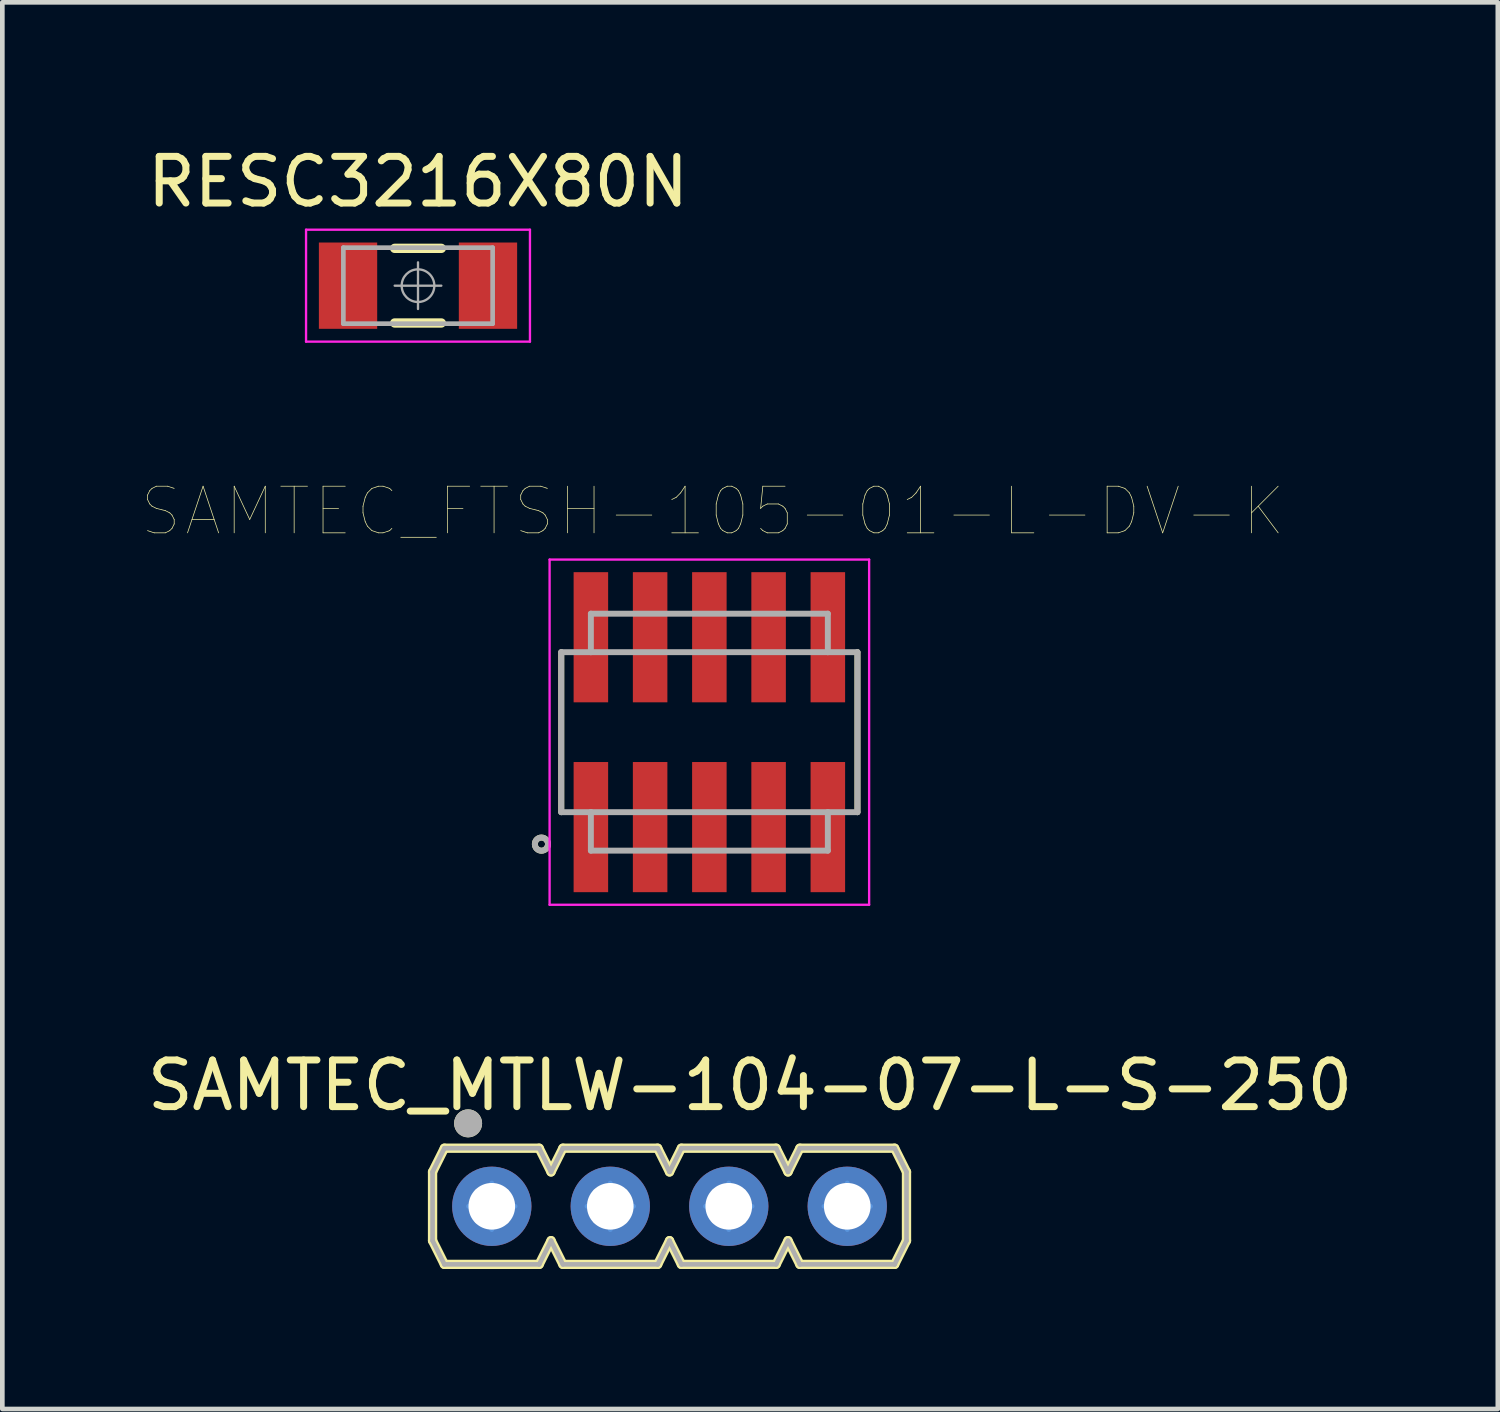
<source format=kicad_pcb>
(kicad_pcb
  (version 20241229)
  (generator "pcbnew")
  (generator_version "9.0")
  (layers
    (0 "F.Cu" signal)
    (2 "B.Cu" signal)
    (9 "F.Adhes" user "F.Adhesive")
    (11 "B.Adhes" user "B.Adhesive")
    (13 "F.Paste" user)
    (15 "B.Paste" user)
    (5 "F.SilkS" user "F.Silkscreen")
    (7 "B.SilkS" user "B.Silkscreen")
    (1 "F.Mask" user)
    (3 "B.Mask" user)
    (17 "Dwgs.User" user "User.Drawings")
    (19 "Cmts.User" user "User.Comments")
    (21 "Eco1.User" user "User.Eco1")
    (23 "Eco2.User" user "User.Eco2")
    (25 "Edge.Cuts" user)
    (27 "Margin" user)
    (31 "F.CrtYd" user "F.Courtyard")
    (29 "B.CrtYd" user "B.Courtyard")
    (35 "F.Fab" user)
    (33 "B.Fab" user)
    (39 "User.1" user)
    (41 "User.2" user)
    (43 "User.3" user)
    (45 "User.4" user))
  (footprint "SAMTEC_MTLW-104-07-L-S-250"
    (layer "F.Cu")
    (at 7.493 22.81)
    (property "Reference" "SAMTEC_MTLW-104-07-L-S-250" (at 5.537 -2.591 0) (layer "F.SilkS") (effects (font (size 1 1) (thickness 0.15))))
    (attr through_hole)
    (fp_line (start -1.27 -0.737) (end -1.016 -1.245) (stroke (width 0.2) (type solid)) (layer "F.SilkS"))
    (fp_line (start -1.27 0.737) (end -1.27 -0.737) (stroke (width 0.2) (type solid)) (layer "F.SilkS"))
    (fp_line (start -1.27 0.737) (end -1.016 1.245) (stroke (width 0.2) (type solid)) (layer "F.SilkS"))
    (fp_line (start -1.016 -1.245) (end 1.016 -1.245) (stroke (width 0.2) (type solid)) (layer "F.SilkS"))
    (fp_line (start -1.016 1.245) (end 1.016 1.245) (stroke (width 0.2) (type solid)) (layer "F.SilkS"))
    (fp_line (start 1.016 -1.245) (end 1.27 -0.737) (stroke (width 0.2) (type solid)) (layer "F.SilkS"))
    (fp_line (start 1.016 1.245) (end 1.27 0.737) (stroke (width 0.2) (type solid)) (layer "F.SilkS"))
    (fp_line (start 1.27 -0.737) (end 1.524 -1.245) (stroke (width 0.2) (type solid)) (layer "F.SilkS"))
    (fp_line (start 1.27 0.737) (end 1.524 1.245) (stroke (width 0.2) (type solid)) (layer "F.SilkS"))
    (fp_line (start 1.524 -1.245) (end 3.556 -1.245) (stroke (width 0.2) (type solid)) (layer "F.SilkS"))
    (fp_line (start 1.524 1.245) (end 3.556 1.245) (stroke (width 0.2) (type solid)) (layer "F.SilkS"))
    (fp_line (start 3.556 -1.245) (end 3.81 -0.737) (stroke (width 0.2) (type solid)) (layer "F.SilkS"))
    (fp_line (start 3.556 1.245) (end 3.81 0.737) (stroke (width 0.2) (type solid)) (layer "F.SilkS"))
    (fp_line (start 3.81 -0.737) (end 4.064 -1.245) (stroke (width 0.2) (type solid)) (layer "F.SilkS"))
    (fp_line (start 3.81 0.737) (end 4.064 1.245) (stroke (width 0.2) (type solid)) (layer "F.SilkS"))
    (fp_line (start 4.064 -1.245) (end 6.096 -1.245) (stroke (width 0.2) (type solid)) (layer "F.SilkS"))
    (fp_line (start 4.064 1.245) (end 6.096 1.245) (stroke (width 0.2) (type solid)) (layer "F.SilkS"))
    (fp_line (start 6.096 -1.245) (end 6.35 -0.737) (stroke (width 0.2) (type solid)) (layer "F.SilkS"))
    (fp_line (start 6.096 1.245) (end 6.35 0.737) (stroke (width 0.2) (type solid)) (layer "F.SilkS"))
    (fp_line (start 6.35 -0.737) (end 6.604 -1.245) (stroke (width 0.2) (type solid)) (layer "F.SilkS"))
    (fp_line (start 6.35 0.737) (end 6.604 1.245) (stroke (width 0.2) (type solid)) (layer "F.SilkS"))
    (fp_line (start 6.604 -1.245) (end 8.636 -1.245) (stroke (width 0.2) (type solid)) (layer "F.SilkS"))
    (fp_line (start 6.604 1.245) (end 8.636 1.245) (stroke (width 0.2) (type solid)) (layer "F.SilkS"))
    (fp_line (start 8.636 -1.245) (end 8.89 -0.737) (stroke (width 0.2) (type solid)) (layer "F.SilkS"))
    (fp_line (start 8.636 1.245) (end 8.89 0.737) (stroke (width 0.2) (type solid)) (layer "F.SilkS"))
    (fp_line (start 8.89 0.737) (end 8.89 -0.737) (stroke (width 0.2) (type solid)) (layer "F.SilkS"))
    (fp_circle (center -0.508 -1.778) (end -0.358 -1.778) (stroke (width 0.3) (type solid)) (fill no) (layer "F.SilkS"))
    (fp_line (start -0.5 0) (end 0 0) (stroke (width 0.1) (type solid)) (layer "Cmts.User"))
    (fp_line (start 0 0) (end 0 -0.5) (stroke (width 0.1) (type solid)) (layer "Cmts.User"))
    (fp_line (start 0 0) (end 0.5 0) (stroke (width 0.1) (type solid)) (layer "Cmts.User"))
    (fp_line (start 0 0.5) (end 0 0) (stroke (width 0.1) (type solid)) (layer "Cmts.User"))
    (fp_line (start 2.04 0) (end 2.54 0) (stroke (width 0.1) (type solid)) (layer "Cmts.User"))
    (fp_line (start 2.54 0) (end 2.54 -0.5) (stroke (width 0.1) (type solid)) (layer "Cmts.User"))
    (fp_line (start 2.54 0) (end 3.04 0) (stroke (width 0.1) (type solid)) (layer "Cmts.User"))
    (fp_line (start 2.54 0.5) (end 2.54 0) (stroke (width 0.1) (type solid)) (layer "Cmts.User"))
    (fp_line (start 4.58 0) (end 5.08 0) (stroke (width 0.1) (type solid)) (layer "Cmts.User"))
    (fp_line (start 5.08 0) (end 5.08 -0.5) (stroke (width 0.1) (type solid)) (layer "Cmts.User"))
    (fp_line (start 5.08 0) (end 5.58 0) (stroke (width 0.1) (type solid)) (layer "Cmts.User"))
    (fp_line (start 5.08 0.5) (end 5.08 0) (stroke (width 0.1) (type solid)) (layer "Cmts.User"))
    (fp_line (start 7.12 0) (end 7.62 0) (stroke (width 0.1) (type solid)) (layer "Cmts.User"))
    (fp_line (start 7.62 0) (end 7.62 -0.5) (stroke (width 0.1) (type solid)) (layer "Cmts.User"))
    (fp_line (start 7.62 0) (end 8.12 0) (stroke (width 0.1) (type solid)) (layer "Cmts.User"))
    (fp_line (start 7.62 0.5) (end 7.62 0) (stroke (width 0.1) (type solid)) (layer "Cmts.User"))
    (fp_line (start -1.27 -0.737) (end -1.016 -1.245) (stroke (width 0.1) (type solid)) (layer "F.Fab"))
    (fp_line (start -1.27 0.737) (end -1.27 -0.737) (stroke (width 0.1) (type solid)) (layer "F.Fab"))
    (fp_line (start -1.27 0.737) (end -1.016 1.245) (stroke (width 0.1) (type solid)) (layer "F.Fab"))
    (fp_line (start -1.016 -1.245) (end 1.016 -1.245) (stroke (width 0.1) (type solid)) (layer "F.Fab"))
    (fp_line (start -1.016 1.245) (end 1.016 1.245) (stroke (width 0.1) (type solid)) (layer "F.Fab"))
    (fp_line (start -0.317 -0.318) (end 0.318 -0.318) (stroke (width 0.1) (type solid)) (layer "F.Fab"))
    (fp_line (start -0.317 0.318) (end -0.317 -0.318) (stroke (width 0.1) (type solid)) (layer "F.Fab"))
    (fp_line (start -0.317 0.318) (end 0.318 0.318) (stroke (width 0.1) (type solid)) (layer "F.Fab"))
    (fp_line (start 0.318 0.318) (end 0.318 -0.318) (stroke (width 0.1) (type solid)) (layer "F.Fab"))
    (fp_line (start 1.016 -1.245) (end 1.27 -0.737) (stroke (width 0.1) (type solid)) (layer "F.Fab"))
    (fp_line (start 1.016 1.245) (end 1.27 0.737) (stroke (width 0.1) (type solid)) (layer "F.Fab"))
    (fp_line (start 1.27 -0.737) (end 1.524 -1.245) (stroke (width 0.1) (type solid)) (layer "F.Fab"))
    (fp_line (start 1.27 0.737) (end 1.524 1.245) (stroke (width 0.1) (type solid)) (layer "F.Fab"))
    (fp_line (start 1.524 -1.245) (end 3.556 -1.245) (stroke (width 0.1) (type solid)) (layer "F.Fab"))
    (fp_line (start 1.524 1.245) (end 3.556 1.245) (stroke (width 0.1) (type solid)) (layer "F.Fab"))
    (fp_line (start 2.223 -0.318) (end 2.858 -0.318) (stroke (width 0.1) (type solid)) (layer "F.Fab"))
    (fp_line (start 2.223 0.318) (end 2.223 -0.318) (stroke (width 0.1) (type solid)) (layer "F.Fab"))
    (fp_line (start 2.223 0.318) (end 2.858 0.318) (stroke (width 0.1) (type solid)) (layer "F.Fab"))
    (fp_line (start 2.858 0.318) (end 2.858 -0.318) (stroke (width 0.1) (type solid)) (layer "F.Fab"))
    (fp_line (start 3.556 -1.245) (end 3.81 -0.737) (stroke (width 0.1) (type solid)) (layer "F.Fab"))
    (fp_line (start 3.556 1.245) (end 3.81 0.737) (stroke (width 0.1) (type solid)) (layer "F.Fab"))
    (fp_line (start 3.81 -0.737) (end 4.064 -1.245) (stroke (width 0.1) (type solid)) (layer "F.Fab"))
    (fp_line (start 3.81 0.737) (end 4.064 1.245) (stroke (width 0.1) (type solid)) (layer "F.Fab"))
    (fp_line (start 4.064 -1.245) (end 6.096 -1.245) (stroke (width 0.1) (type solid)) (layer "F.Fab"))
    (fp_line (start 4.064 1.245) (end 6.096 1.245) (stroke (width 0.1) (type solid)) (layer "F.Fab"))
    (fp_line (start 4.763 -0.318) (end 5.398 -0.318) (stroke (width 0.1) (type solid)) (layer "F.Fab"))
    (fp_line (start 4.763 0.318) (end 4.763 -0.318) (stroke (width 0.1) (type solid)) (layer "F.Fab"))
    (fp_line (start 4.763 0.318) (end 5.398 0.318) (stroke (width 0.1) (type solid)) (layer "F.Fab"))
    (fp_line (start 5.398 0.318) (end 5.398 -0.318) (stroke (width 0.1) (type solid)) (layer "F.Fab"))
    (fp_line (start 6.096 -1.245) (end 6.35 -0.737) (stroke (width 0.1) (type solid)) (layer "F.Fab"))
    (fp_line (start 6.096 1.245) (end 6.35 0.737) (stroke (width 0.1) (type solid)) (layer "F.Fab"))
    (fp_line (start 6.35 -0.737) (end 6.604 -1.245) (stroke (width 0.1) (type solid)) (layer "F.Fab"))
    (fp_line (start 6.35 0.737) (end 6.604 1.245) (stroke (width 0.1) (type solid)) (layer "F.Fab"))
    (fp_line (start 6.604 -1.245) (end 8.636 -1.245) (stroke (width 0.1) (type solid)) (layer "F.Fab"))
    (fp_line (start 6.604 1.245) (end 8.636 1.245) (stroke (width 0.1) (type solid)) (layer "F.Fab"))
    (fp_line (start 7.303 -0.318) (end 7.938 -0.318) (stroke (width 0.1) (type solid)) (layer "F.Fab"))
    (fp_line (start 7.303 0.318) (end 7.303 -0.318) (stroke (width 0.1) (type solid)) (layer "F.Fab"))
    (fp_line (start 7.303 0.318) (end 7.938 0.318) (stroke (width 0.1) (type solid)) (layer "F.Fab"))
    (fp_line (start 7.938 0.318) (end 7.938 -0.318) (stroke (width 0.1) (type solid)) (layer "F.Fab"))
    (fp_line (start 8.636 -1.245) (end 8.89 -0.737) (stroke (width 0.1) (type solid)) (layer "F.Fab"))
    (fp_line (start 8.636 1.245) (end 8.89 0.737) (stroke (width 0.1) (type solid)) (layer "F.Fab"))
    (fp_line (start 8.89 0.737) (end 8.89 -0.737) (stroke (width 0.1) (type solid)) (layer "F.Fab"))
    (fp_circle (center -0.508 -1.778) (end -0.358 -1.778) (stroke (width 0.3) (type solid)) (fill no) (layer "F.Fab"))
    (pad "1" thru_hole circle (at 0 0) (size 1.7 1.7) (drill 1) (layers "*.Cu" "*.Mask"))
    (pad "2" thru_hole circle (at 2.54 0) (size 1.7 1.7) (drill 1) (layers "*.Cu" "*.Mask"))
    (pad "3" thru_hole circle (at 5.08 0) (size 1.7 1.7) (drill 1) (layers "*.Cu" "*.Mask"))
    (pad "4" thru_hole circle (at 7.62 0) (size 1.7 1.7) (drill 1) (layers "*.Cu" "*.Mask")))
  (footprint "RESC3216X80N"
    (layer "F.Cu")
    (at 5.911 3.074)
    (property "Reference" "RESC3216X80N" (at 0 -2.226 0) (layer "F.SilkS") (effects (font (size 1 1) (thickness 0.15))))
    (attr smd)
    (fp_line (start -0.5 -0.8) (end 0.5 -0.8) (stroke (width 0.2) (type solid)) (layer "F.SilkS"))
    (fp_line (start -0.5 0.8) (end 0.5 0.8) (stroke (width 0.2) (type solid)) (layer "F.SilkS"))
    (fp_line (start -2.4 -1.2) (end 2.4 -1.2) (stroke (width 0.05) (type solid)) (layer "F.CrtYd"))
    (fp_line (start -2.4 1.2) (end -2.4 -1.2) (stroke (width 0.05) (type solid)) (layer "F.CrtYd"))
    (fp_line (start -2.4 1.2) (end 2.4 1.2) (stroke (width 0.05) (type solid)) (layer "F.CrtYd"))
    (fp_line (start 2.4 1.2) (end 2.4 -1.2) (stroke (width 0.05) (type solid)) (layer "F.CrtYd"))
    (fp_line (start -1.6 -0.815) (end 1.6 -0.815) (stroke (width 0.1) (type solid)) (layer "F.Fab"))
    (fp_line (start -1.6 0.815) (end -1.6 -0.815) (stroke (width 0.1) (type solid)) (layer "F.Fab"))
    (fp_line (start -1.6 0.815) (end 1.6 0.815) (stroke (width 0.1) (type solid)) (layer "F.Fab"))
    (fp_line (start -0.5 0) (end 0.5 0) (stroke (width 0.05) (type solid)) (layer "F.Fab"))
    (fp_line (start 0 0.5) (end 0 -0.5) (stroke (width 0.05) (type solid)) (layer "F.Fab"))
    (fp_line (start 1.6 0.815) (end 1.6 -0.815) (stroke (width 0.1) (type solid)) (layer "F.Fab"))
    (fp_circle (center 0 0) (end 0.35 0) (stroke (width 0.05) (type solid)) (fill no) (layer "F.Fab"))
    (pad "1" smd rect (at -1.5 0 90) (size 1.85 1.25) (layers "F.Cu" "F.Mask" "F.Paste"))
    (pad "2" smd rect (at 1.5 0 90) (size 1.85 1.25) (layers "F.Cu" "F.Mask" "F.Paste")))
  (footprint "SAMTEC_FTSH-105-01-L-DV-K"
    (layer "F.Cu")
    (at 12.157 12.646)
    (property "Reference" "SAMTEC_FTSH-105-01-L-DV-K" (at 0.075 -4.735 0) (layer "F.SilkS") (effects (font (size 1 1) (thickness 0.015))))
    (attr through_hole)
    (fp_line (start -3.175 -1.715) (end -3.175 1.715) (stroke (width 0.127) (type solid)) (layer "F.SilkS"))
    (fp_line (start 3.175 1.715) (end 3.175 -1.715) (stroke (width 0.127) (type solid)) (layer "F.SilkS"))
    (fp_circle (center -3.6 2.4) (end -3.459 2.4) (stroke (width 0.127) (type solid)) (fill no) (layer "F.SilkS"))
    (fp_line (start -3.425 -3.7) (end 3.425 -3.7) (stroke (width 0.05) (type solid)) (layer "F.CrtYd"))
    (fp_line (start -3.425 3.7) (end -3.425 -3.7) (stroke (width 0.05) (type solid)) (layer "F.CrtYd"))
    (fp_line (start 3.425 -3.7) (end 3.425 3.7) (stroke (width 0.05) (type solid)) (layer "F.CrtYd"))
    (fp_line (start 3.425 3.7) (end -3.425 3.7) (stroke (width 0.05) (type solid)) (layer "F.CrtYd"))
    (fp_line (start -3.175 -1.715) (end -3.175 1.715) (stroke (width 0.127) (type solid)) (layer "F.Fab"))
    (fp_line (start -3.175 1.715) (end -2.54 1.715) (stroke (width 0.127) (type solid)) (layer "F.Fab"))
    (fp_line (start -2.54 -2.54) (end 2.54 -2.54) (stroke (width 0.127) (type solid)) (layer "F.Fab"))
    (fp_line (start -2.54 -1.715) (end -3.175 -1.715) (stroke (width 0.127) (type solid)) (layer "F.Fab"))
    (fp_line (start -2.54 -1.715) (end -2.54 -2.54) (stroke (width 0.127) (type solid)) (layer "F.Fab"))
    (fp_line (start -2.54 1.715) (end -2.54 2.54) (stroke (width 0.127) (type solid)) (layer "F.Fab"))
    (fp_line (start -2.54 1.715) (end 2.54 1.715) (stroke (width 0.127) (type solid)) (layer "F.Fab"))
    (fp_line (start -2.54 2.54) (end 2.54 2.54) (stroke (width 0.127) (type solid)) (layer "F.Fab"))
    (fp_line (start 2.54 -2.54) (end 2.54 -1.715) (stroke (width 0.127) (type solid)) (layer "F.Fab"))
    (fp_line (start 2.54 -1.715) (end -2.54 -1.715) (stroke (width 0.127) (type solid)) (layer "F.Fab"))
    (fp_line (start 2.54 1.715) (end 3.175 1.715) (stroke (width 0.127) (type solid)) (layer "F.Fab"))
    (fp_line (start 2.54 2.54) (end 2.54 1.715) (stroke (width 0.127) (type solid)) (layer "F.Fab"))
    (fp_line (start 3.175 -1.715) (end 2.54 -1.715) (stroke (width 0.127) (type solid)) (layer "F.Fab"))
    (fp_line (start 3.175 1.715) (end 3.175 -1.715) (stroke (width 0.127) (type solid)) (layer "F.Fab"))
    (fp_circle (center -3.6 2.4) (end -3.459 2.4) (stroke (width 0.127) (type solid)) (fill no) (layer "F.Fab"))
    (pad "1" smd rect (at -2.54 2.035) (size 0.74 2.79) (layers "F.Cu" "F.Mask" "F.Paste"))
    (pad "2" smd rect (at -2.54 -2.035) (size 0.74 2.79) (layers "F.Cu" "F.Mask" "F.Paste"))
    (pad "3" smd rect (at -1.27 2.035) (size 0.74 2.79) (layers "F.Cu" "F.Mask" "F.Paste"))
    (pad "4" smd rect (at -1.27 -2.035) (size 0.74 2.79) (layers "F.Cu" "F.Mask" "F.Paste"))
    (pad "5" smd rect (at 0 2.035) (size 0.74 2.79) (layers "F.Cu" "F.Mask" "F.Paste"))
    (pad "6" smd rect (at 0 -2.035) (size 0.74 2.79) (layers "F.Cu" "F.Mask" "F.Paste"))
    (pad "7" smd rect (at 1.27 2.035) (size 0.74 2.79) (layers "F.Cu" "F.Mask" "F.Paste"))
    (pad "8" smd rect (at 1.27 -2.035) (size 0.74 2.79) (layers "F.Cu" "F.Mask" "F.Paste"))
    (pad "9" smd rect (at 2.54 2.035) (size 0.74 2.79) (layers "F.Cu" "F.Mask" "F.Paste"))
    (pad "10" smd rect (at 2.54 -2.035) (size 0.74 2.79) (layers "F.Cu" "F.Mask" "F.Paste")))
  (gr_rect
    (start -3 -3)
    (end 29.06 27.155)
    (stroke (width 0.1) (type default))
    (fill no)
    (layer "Edge.Cuts")))
</source>
